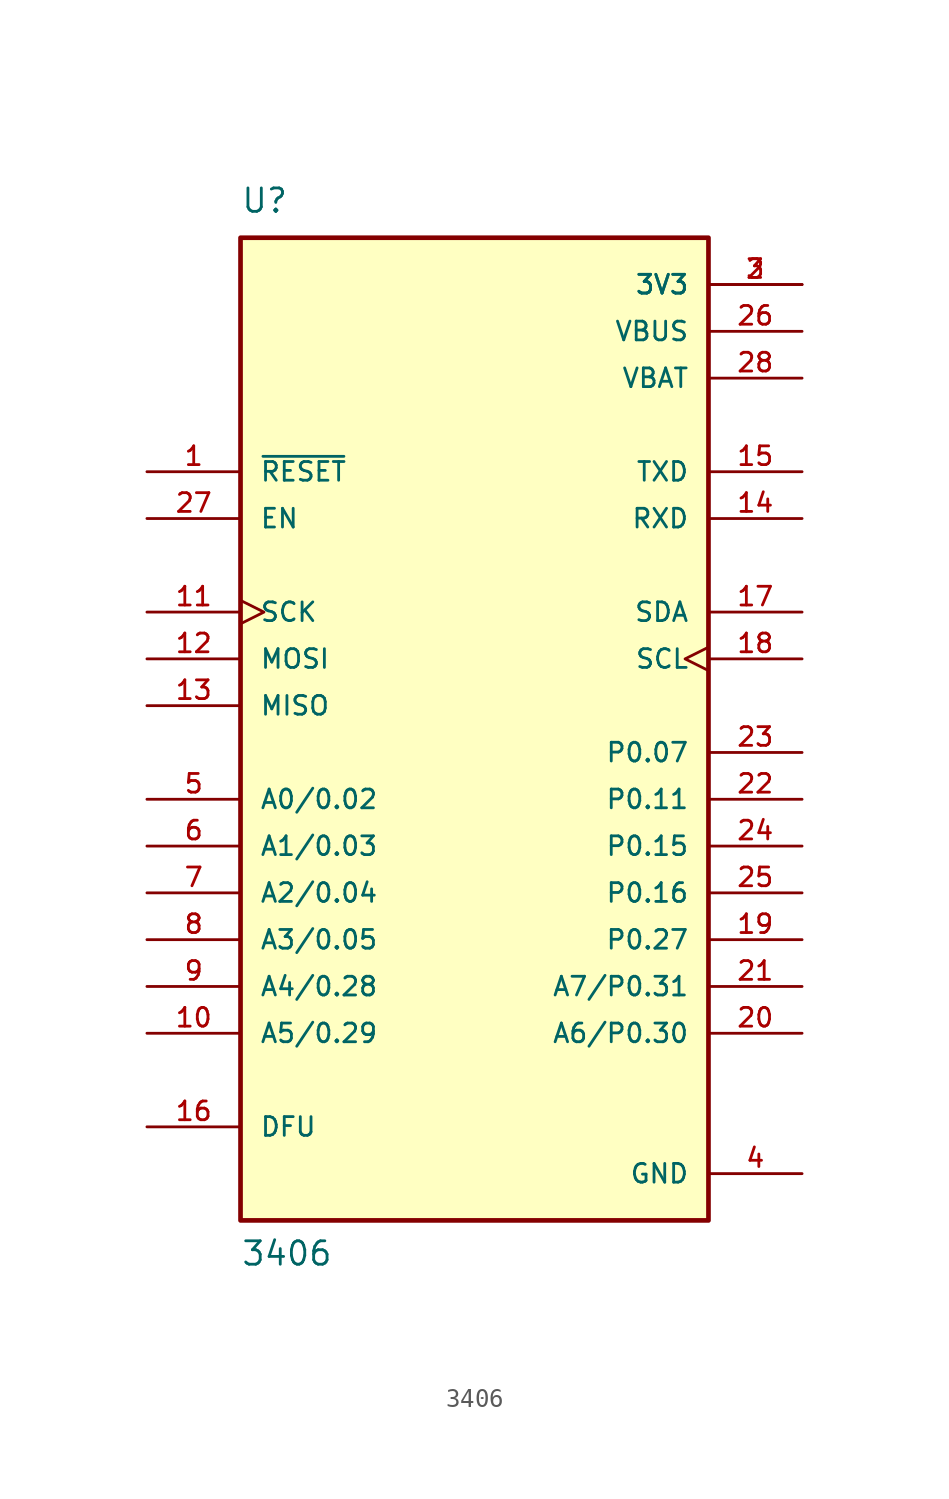
<source format=kicad_sym>
(kicad_symbol_lib
  (version 20211014)
  (generator kicad_symbol_editor)
  (symbol "3406"
    (pin_names
      (offset 1.016))
    (property "Reference" "U"
      (at -12.7 26.67 0)
      (effects (font (size 1.27 1.27)) (justify bottom left)))
    (property "Value" "3406"
      (at -12.7 -30.48 0)
      (effects (font (size 1.27 1.27)) (justify bottom left)))
    (symbol "3406_0_0"
      (rectangle (start -12.7 -27.94) (end 12.7 25.4) (stroke (width 0.254)) (fill (type background)))
      (pin input line (at -17.78 12.7 0) (length 5.08) (name "~{RESET}" (effects (font (size 1.016 1.016)))) (number "1" (effects (font (size 1.016 1.016)))))
      (pin power_in line (at 17.78 22.86 180.0) (length 5.08) (name "3V3" (effects (font (size 1.016 1.016)))) (number "2" (effects (font (size 1.016 1.016)))))
      (pin power_in line (at 17.78 22.86 180.0) (length 5.08) (name "3V3" (effects (font (size 1.016 1.016)))) (number "3" (effects (font (size 1.016 1.016)))))
      (pin power_in line (at 17.78 -25.4 180.0) (length 5.08) (name "GND" (effects (font (size 1.016 1.016)))) (number "4" (effects (font (size 1.016 1.016)))))
      (pin bidirectional line (at -17.78 -5.08 0) (length 5.08) (name "A0/0.02" (effects (font (size 1.016 1.016)))) (number "5" (effects (font (size 1.016 1.016)))))
      (pin bidirectional line (at -17.78 -7.62 0) (length 5.08) (name "A1/0.03" (effects (font (size 1.016 1.016)))) (number "6" (effects (font (size 1.016 1.016)))))
      (pin bidirectional line (at -17.78 -10.16 0) (length 5.08) (name "A2/0.04" (effects (font (size 1.016 1.016)))) (number "7" (effects (font (size 1.016 1.016)))))
      (pin bidirectional line (at -17.78 -12.7 0) (length 5.08) (name "A3/0.05" (effects (font (size 1.016 1.016)))) (number "8" (effects (font (size 1.016 1.016)))))
      (pin bidirectional line (at -17.78 -15.24 0) (length 5.08) (name "A4/0.28" (effects (font (size 1.016 1.016)))) (number "9" (effects (font (size 1.016 1.016)))))
      (pin bidirectional line (at -17.78 -17.78 0) (length 5.08) (name "A5/0.29" (effects (font (size 1.016 1.016)))) (number "10" (effects (font (size 1.016 1.016)))))
      (pin input clock (at -17.78 5.08 0) (length 5.08) (name "SCK" (effects (font (size 1.016 1.016)))) (number "11" (effects (font (size 1.016 1.016)))))
      (pin input line (at -17.78 2.54 0) (length 5.08) (name "MOSI" (effects (font (size 1.016 1.016)))) (number "12" (effects (font (size 1.016 1.016)))))
      (pin output line (at -17.78 0.0 0) (length 5.08) (name "MISO" (effects (font (size 1.016 1.016)))) (number "13" (effects (font (size 1.016 1.016)))))
      (pin output line (at 17.78 12.7 180.0) (length 5.08) (name "TXD" (effects (font (size 1.016 1.016)))) (number "15" (effects (font (size 1.016 1.016)))))
      (pin input line (at 17.78 10.16 180.0) (length 5.08) (name "RXD" (effects (font (size 1.016 1.016)))) (number "14" (effects (font (size 1.016 1.016)))))
      (pin passive line (at -17.78 -22.86 0) (length 5.08) (name "DFU" (effects (font (size 1.016 1.016)))) (number "16" (effects (font (size 1.016 1.016)))))
      (pin bidirectional line (at 17.78 5.08 180.0) (length 5.08) (name "SDA" (effects (font (size 1.016 1.016)))) (number "17" (effects (font (size 1.016 1.016)))))
      (pin input clock (at 17.78 2.54 180.0) (length 5.08) (name "SCL" (effects (font (size 1.016 1.016)))) (number "18" (effects (font (size 1.016 1.016)))))
      (pin bidirectional line (at 17.78 -12.7 180.0) (length 5.08) (name "P0.27" (effects (font (size 1.016 1.016)))) (number "19" (effects (font (size 1.016 1.016)))))
      (pin bidirectional line (at 17.78 -17.78 180.0) (length 5.08) (name "A6/P0.30" (effects (font (size 1.016 1.016)))) (number "20" (effects (font (size 1.016 1.016)))))
      (pin bidirectional line (at 17.78 -15.24 180.0) (length 5.08) (name "A7/P0.31" (effects (font (size 1.016 1.016)))) (number "21" (effects (font (size 1.016 1.016)))))
      (pin bidirectional line (at 17.78 -5.08 180.0) (length 5.08) (name "P0.11" (effects (font (size 1.016 1.016)))) (number "22" (effects (font (size 1.016 1.016)))))
      (pin bidirectional line (at 17.78 -2.54 180.0) (length 5.08) (name "P0.07" (effects (font (size 1.016 1.016)))) (number "23" (effects (font (size 1.016 1.016)))))
      (pin bidirectional line (at 17.78 -7.62 180.0) (length 5.08) (name "P0.15" (effects (font (size 1.016 1.016)))) (number "24" (effects (font (size 1.016 1.016)))))
      (pin bidirectional line (at 17.78 -10.16 180.0) (length 5.08) (name "P0.16" (effects (font (size 1.016 1.016)))) (number "25" (effects (font (size 1.016 1.016)))))
      (pin power_in line (at 17.78 20.32 180.0) (length 5.08) (name "VBUS" (effects (font (size 1.016 1.016)))) (number "26" (effects (font (size 1.016 1.016)))))
      (pin input line (at -17.78 10.16 0) (length 5.08) (name "EN" (effects (font (size 1.016 1.016)))) (number "27" (effects (font (size 1.016 1.016)))))
      (pin power_in line (at 17.78 17.78 180.0) (length 5.08) (name "VBAT" (effects (font (size 1.016 1.016)))) (number "28" (effects (font (size 1.016 1.016))))))))
</source>
